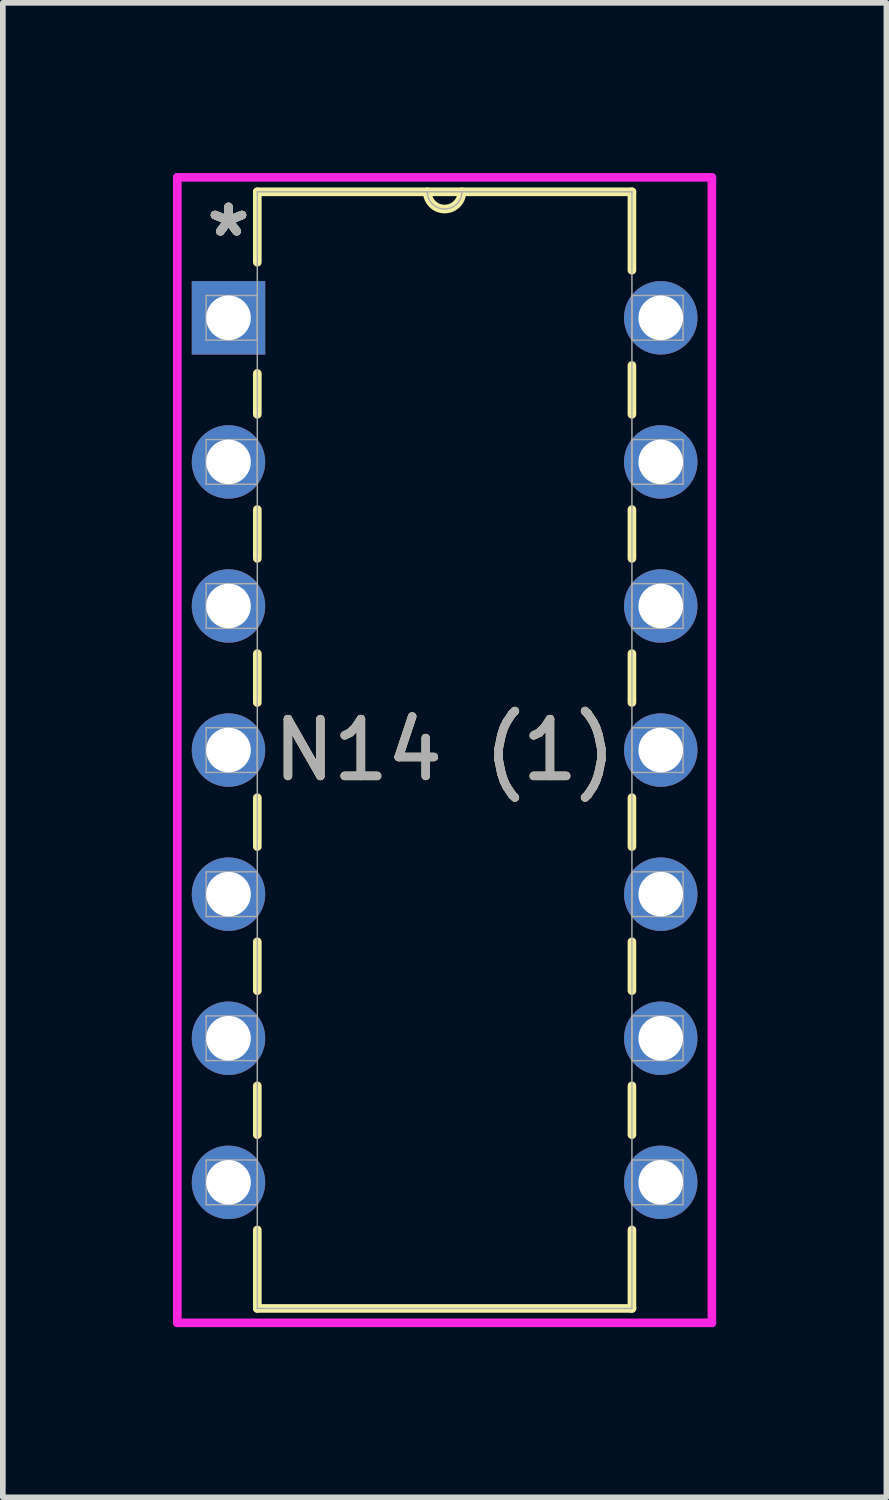
<source format=kicad_pcb>
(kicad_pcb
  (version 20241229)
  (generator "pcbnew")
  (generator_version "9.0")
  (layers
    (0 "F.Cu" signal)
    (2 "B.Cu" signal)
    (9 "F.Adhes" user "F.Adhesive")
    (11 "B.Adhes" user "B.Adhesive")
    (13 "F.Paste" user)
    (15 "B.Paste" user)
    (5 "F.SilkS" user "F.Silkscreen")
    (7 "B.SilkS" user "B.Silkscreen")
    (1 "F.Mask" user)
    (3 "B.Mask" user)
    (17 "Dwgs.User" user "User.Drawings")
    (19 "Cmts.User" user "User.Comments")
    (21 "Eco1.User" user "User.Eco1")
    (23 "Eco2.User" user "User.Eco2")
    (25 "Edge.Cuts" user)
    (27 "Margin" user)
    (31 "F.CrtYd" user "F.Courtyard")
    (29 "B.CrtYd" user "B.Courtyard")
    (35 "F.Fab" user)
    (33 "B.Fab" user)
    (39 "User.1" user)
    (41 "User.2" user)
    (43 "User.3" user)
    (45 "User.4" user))
  (footprint "N14 (1)"
    (layer "F.Cu")
    (at 8.598 17.793)
    (property "Reference" "N14 (1)" (at -3.81 -7.62 0) (unlocked yes) (layer "F.SilkS") (effects (font (size 1 1) (thickness 0.15))))
    (attr through_hole)
    (fp_line (start -7.112 -17.462) (end -7.112 -16.22) (stroke (width 0.152) (type solid)) (layer "F.SilkS"))
    (fp_line (start -7.112 -14.26) (end -7.112 -13.539) (stroke (width 0.152) (type solid)) (layer "F.SilkS"))
    (fp_line (start -7.112 -11.861) (end -7.112 -10.999) (stroke (width 0.152) (type solid)) (layer "F.SilkS"))
    (fp_line (start -7.112 -9.321) (end -7.112 -8.459) (stroke (width 0.152) (type solid)) (layer "F.SilkS"))
    (fp_line (start -7.112 -6.781) (end -7.112 -5.919) (stroke (width 0.152) (type solid)) (layer "F.SilkS"))
    (fp_line (start -7.112 -4.241) (end -7.112 -3.379) (stroke (width 0.152) (type solid)) (layer "F.SilkS"))
    (fp_line (start -7.112 -1.701) (end -7.112 -0.839) (stroke (width 0.152) (type solid)) (layer "F.SilkS"))
    (fp_line (start -7.112 0.839) (end -7.112 2.223) (stroke (width 0.152) (type solid)) (layer "F.SilkS"))
    (fp_line (start -7.112 2.223) (end -0.508 2.223) (stroke (width 0.152) (type solid)) (layer "F.SilkS"))
    (fp_line (start -0.508 -17.462) (end -7.112 -17.462) (stroke (width 0.152) (type solid)) (layer "F.SilkS"))
    (fp_line (start -0.508 -16.079) (end -0.508 -17.462) (stroke (width 0.152) (type solid)) (layer "F.SilkS"))
    (fp_line (start -0.508 -13.539) (end -0.508 -14.401) (stroke (width 0.152) (type solid)) (layer "F.SilkS"))
    (fp_line (start -0.508 -10.999) (end -0.508 -11.861) (stroke (width 0.152) (type solid)) (layer "F.SilkS"))
    (fp_line (start -0.508 -8.459) (end -0.508 -9.321) (stroke (width 0.152) (type solid)) (layer "F.SilkS"))
    (fp_line (start -0.508 -5.919) (end -0.508 -6.781) (stroke (width 0.152) (type solid)) (layer "F.SilkS"))
    (fp_line (start -0.508 -3.379) (end -0.508 -4.241) (stroke (width 0.152) (type solid)) (layer "F.SilkS"))
    (fp_line (start -0.508 -0.839) (end -0.508 -1.701) (stroke (width 0.152) (type solid)) (layer "F.SilkS"))
    (fp_line (start -0.508 2.223) (end -0.508 0.839) (stroke (width 0.152) (type solid)) (layer "F.SilkS"))
    (fp_arc (start -3.5052 -17.4625) (mid -3.81 -17.1577) (end -4.1148 -17.4625) (stroke (width 0.1524) (type solid)) (layer "F.SilkS"))
    (fp_line (start -8.522 -17.716) (end -8.522 2.477) (stroke (width 0.152) (type solid)) (layer "F.CrtYd"))
    (fp_line (start -8.522 2.477) (end 0.902 2.477) (stroke (width 0.152) (type solid)) (layer "F.CrtYd"))
    (fp_line (start 0.902 -17.716) (end -8.522 -17.716) (stroke (width 0.152) (type solid)) (layer "F.CrtYd"))
    (fp_line (start 0.902 2.477) (end 0.902 -17.716) (stroke (width 0.152) (type solid)) (layer "F.CrtYd"))
    (fp_line (start -8.014 -15.634) (end -8.014 -14.846) (stroke (width 0.025) (type solid)) (layer "F.Fab"))
    (fp_line (start -8.014 -14.846) (end -7.112 -14.846) (stroke (width 0.025) (type solid)) (layer "F.Fab"))
    (fp_line (start -8.014 -13.094) (end -8.014 -12.306) (stroke (width 0.025) (type solid)) (layer "F.Fab"))
    (fp_line (start -8.014 -12.306) (end -7.112 -12.306) (stroke (width 0.025) (type solid)) (layer "F.Fab"))
    (fp_line (start -8.014 -10.554) (end -8.014 -9.766) (stroke (width 0.025) (type solid)) (layer "F.Fab"))
    (fp_line (start -8.014 -9.766) (end -7.112 -9.766) (stroke (width 0.025) (type solid)) (layer "F.Fab"))
    (fp_line (start -8.014 -8.014) (end -8.014 -7.226) (stroke (width 0.025) (type solid)) (layer "F.Fab"))
    (fp_line (start -8.014 -7.226) (end -7.112 -7.226) (stroke (width 0.025) (type solid)) (layer "F.Fab"))
    (fp_line (start -8.014 -5.474) (end -8.014 -4.686) (stroke (width 0.025) (type solid)) (layer "F.Fab"))
    (fp_line (start -8.014 -4.686) (end -7.112 -4.686) (stroke (width 0.025) (type solid)) (layer "F.Fab"))
    (fp_line (start -8.014 -2.934) (end -8.014 -2.146) (stroke (width 0.025) (type solid)) (layer "F.Fab"))
    (fp_line (start -8.014 -2.146) (end -7.112 -2.146) (stroke (width 0.025) (type solid)) (layer "F.Fab"))
    (fp_line (start -8.014 -0.394) (end -8.014 0.394) (stroke (width 0.025) (type solid)) (layer "F.Fab"))
    (fp_line (start -8.014 0.394) (end -7.112 0.394) (stroke (width 0.025) (type solid)) (layer "F.Fab"))
    (fp_line (start -7.112 -17.462) (end -7.112 2.223) (stroke (width 0.025) (type solid)) (layer "F.Fab"))
    (fp_line (start -7.112 -15.634) (end -8.014 -15.634) (stroke (width 0.025) (type solid)) (layer "F.Fab"))
    (fp_line (start -7.112 -14.846) (end -7.112 -15.634) (stroke (width 0.025) (type solid)) (layer "F.Fab"))
    (fp_line (start -7.112 -13.094) (end -8.014 -13.094) (stroke (width 0.025) (type solid)) (layer "F.Fab"))
    (fp_line (start -7.112 -12.306) (end -7.112 -13.094) (stroke (width 0.025) (type solid)) (layer "F.Fab"))
    (fp_line (start -7.112 -10.554) (end -8.014 -10.554) (stroke (width 0.025) (type solid)) (layer "F.Fab"))
    (fp_line (start -7.112 -9.766) (end -7.112 -10.554) (stroke (width 0.025) (type solid)) (layer "F.Fab"))
    (fp_line (start -7.112 -8.014) (end -8.014 -8.014) (stroke (width 0.025) (type solid)) (layer "F.Fab"))
    (fp_line (start -7.112 -7.226) (end -7.112 -8.014) (stroke (width 0.025) (type solid)) (layer "F.Fab"))
    (fp_line (start -7.112 -5.474) (end -8.014 -5.474) (stroke (width 0.025) (type solid)) (layer "F.Fab"))
    (fp_line (start -7.112 -4.686) (end -7.112 -5.474) (stroke (width 0.025) (type solid)) (layer "F.Fab"))
    (fp_line (start -7.112 -2.934) (end -8.014 -2.934) (stroke (width 0.025) (type solid)) (layer "F.Fab"))
    (fp_line (start -7.112 -2.146) (end -7.112 -2.934) (stroke (width 0.025) (type solid)) (layer "F.Fab"))
    (fp_line (start -7.112 -0.394) (end -8.014 -0.394) (stroke (width 0.025) (type solid)) (layer "F.Fab"))
    (fp_line (start -7.112 0.394) (end -7.112 -0.394) (stroke (width 0.025) (type solid)) (layer "F.Fab"))
    (fp_line (start -7.112 2.223) (end -0.508 2.223) (stroke (width 0.025) (type solid)) (layer "F.Fab"))
    (fp_line (start -0.508 -17.462) (end -7.112 -17.462) (stroke (width 0.025) (type solid)) (layer "F.Fab"))
    (fp_line (start -0.508 -15.634) (end -0.508 -14.846) (stroke (width 0.025) (type solid)) (layer "F.Fab"))
    (fp_line (start -0.508 -14.846) (end 0.394 -14.846) (stroke (width 0.025) (type solid)) (layer "F.Fab"))
    (fp_line (start -0.508 -13.094) (end -0.508 -12.306) (stroke (width 0.025) (type solid)) (layer "F.Fab"))
    (fp_line (start -0.508 -12.306) (end 0.394 -12.306) (stroke (width 0.025) (type solid)) (layer "F.Fab"))
    (fp_line (start -0.508 -10.554) (end -0.508 -9.766) (stroke (width 0.025) (type solid)) (layer "F.Fab"))
    (fp_line (start -0.508 -9.766) (end 0.394 -9.766) (stroke (width 0.025) (type solid)) (layer "F.Fab"))
    (fp_line (start -0.508 -8.014) (end -0.508 -7.226) (stroke (width 0.025) (type solid)) (layer "F.Fab"))
    (fp_line (start -0.508 -7.226) (end 0.394 -7.226) (stroke (width 0.025) (type solid)) (layer "F.Fab"))
    (fp_line (start -0.508 -5.474) (end -0.508 -4.686) (stroke (width 0.025) (type solid)) (layer "F.Fab"))
    (fp_line (start -0.508 -4.686) (end 0.394 -4.686) (stroke (width 0.025) (type solid)) (layer "F.Fab"))
    (fp_line (start -0.508 -2.934) (end -0.508 -2.146) (stroke (width 0.025) (type solid)) (layer "F.Fab"))
    (fp_line (start -0.508 -2.146) (end 0.394 -2.146) (stroke (width 0.025) (type solid)) (layer "F.Fab"))
    (fp_line (start -0.508 -0.394) (end -0.508 0.394) (stroke (width 0.025) (type solid)) (layer "F.Fab"))
    (fp_line (start -0.508 0.394) (end 0.394 0.394) (stroke (width 0.025) (type solid)) (layer "F.Fab"))
    (fp_line (start -0.508 2.223) (end -0.508 -17.462) (stroke (width 0.025) (type solid)) (layer "F.Fab"))
    (fp_line (start 0.394 -15.634) (end -0.508 -15.634) (stroke (width 0.025) (type solid)) (layer "F.Fab"))
    (fp_line (start 0.394 -14.846) (end 0.394 -15.634) (stroke (width 0.025) (type solid)) (layer "F.Fab"))
    (fp_line (start 0.394 -13.094) (end -0.508 -13.094) (stroke (width 0.025) (type solid)) (layer "F.Fab"))
    (fp_line (start 0.394 -12.306) (end 0.394 -13.094) (stroke (width 0.025) (type solid)) (layer "F.Fab"))
    (fp_line (start 0.394 -10.554) (end -0.508 -10.554) (stroke (width 0.025) (type solid)) (layer "F.Fab"))
    (fp_line (start 0.394 -9.766) (end 0.394 -10.554) (stroke (width 0.025) (type solid)) (layer "F.Fab"))
    (fp_line (start 0.394 -8.014) (end -0.508 -8.014) (stroke (width 0.025) (type solid)) (layer "F.Fab"))
    (fp_line (start 0.394 -7.226) (end 0.394 -8.014) (stroke (width 0.025) (type solid)) (layer "F.Fab"))
    (fp_line (start 0.394 -5.474) (end -0.508 -5.474) (stroke (width 0.025) (type solid)) (layer "F.Fab"))
    (fp_line (start 0.394 -4.686) (end 0.394 -5.474) (stroke (width 0.025) (type solid)) (layer "F.Fab"))
    (fp_line (start 0.394 -2.934) (end -0.508 -2.934) (stroke (width 0.025) (type solid)) (layer "F.Fab"))
    (fp_line (start 0.394 -2.146) (end 0.394 -2.934) (stroke (width 0.025) (type solid)) (layer "F.Fab"))
    (fp_line (start 0.394 -0.394) (end -0.508 -0.394) (stroke (width 0.025) (type solid)) (layer "F.Fab"))
    (fp_line (start 0.394 0.394) (end 0.394 -0.394) (stroke (width 0.025) (type solid)) (layer "F.Fab"))
    (fp_arc (start -3.5052 -17.4625) (mid -3.81 -17.1577) (end -4.1148 -17.4625) (stroke (width 0.0254) (type solid)) (layer "F.Fab"))
    (fp_text user "*" (at -7.62 -16.65 0) (unlocked yes) (layer "F.SilkS") (effects (font (size 1 1) (thickness 0.15))))
    (fp_text user "*" (at -7.62 -16.65 0) (layer "F.SilkS") (effects (font (size 1 1) (thickness 0.15))))
    (fp_text user "*" (at -7.62 -16.65 0) (unlocked yes) (layer "F.Fab") (effects (font (size 1 1) (thickness 0.15))))
    (fp_text user "*" (at -7.62 -16.65 0) (layer "F.Fab") (effects (font (size 1 1) (thickness 0.15))))
    (fp_text user "${REFERENCE}" (at -3.81 -7.62 0) (unlocked yes) (layer "F.Fab") (effects (font (size 1 1) (thickness 0.15))))
    (pad "1" thru_hole rect (at -7.62 -15.24) (size 1.295 1.295) (drill 0.787) (layers "*.Cu" "*.Mask"))
    (pad "2" thru_hole circle (at -7.62 -12.7) (size 1.295 1.295) (drill 0.787) (layers "*.Cu" "*.Mask"))
    (pad "3" thru_hole circle (at -7.62 -10.16) (size 1.295 1.295) (drill 0.787) (layers "*.Cu" "*.Mask"))
    (pad "4" thru_hole circle (at -7.62 -7.62) (size 1.295 1.295) (drill 0.787) (layers "*.Cu" "*.Mask"))
    (pad "5" thru_hole circle (at -7.62 -5.08) (size 1.295 1.295) (drill 0.787) (layers "*.Cu" "*.Mask"))
    (pad "6" thru_hole circle (at -7.62 -2.54) (size 1.295 1.295) (drill 0.787) (layers "*.Cu" "*.Mask"))
    (pad "7" thru_hole circle (at -7.62 0) (size 1.295 1.295) (drill 0.787) (layers "*.Cu" "*.Mask"))
    (pad "8" thru_hole circle (at 0 0) (size 1.295 1.295) (drill 0.787) (layers "*.Cu" "*.Mask"))
    (pad "9" thru_hole circle (at 0 -2.54) (size 1.295 1.295) (drill 0.787) (layers "*.Cu" "*.Mask"))
    (pad "10" thru_hole circle (at 0 -5.08) (size 1.295 1.295) (drill 0.787) (layers "*.Cu" "*.Mask"))
    (pad "11" thru_hole circle (at 0 -7.62) (size 1.295 1.295) (drill 0.787) (layers "*.Cu" "*.Mask"))
    (pad "12" thru_hole circle (at 0 -10.16) (size 1.295 1.295) (drill 0.787) (layers "*.Cu" "*.Mask"))
    (pad "13" thru_hole circle (at 0 -12.7) (size 1.295 1.295) (drill 0.787) (layers "*.Cu" "*.Mask"))
    (pad "14" thru_hole circle (at 0 -15.24) (size 1.295 1.295) (drill 0.787) (layers "*.Cu" "*.Mask")))
  (gr_rect
    (start -3 -3)
    (end 12.576 23.345)
    (stroke (width 0.1) (type default))
    (fill no)
    (layer "Edge.Cuts")))
</source>
